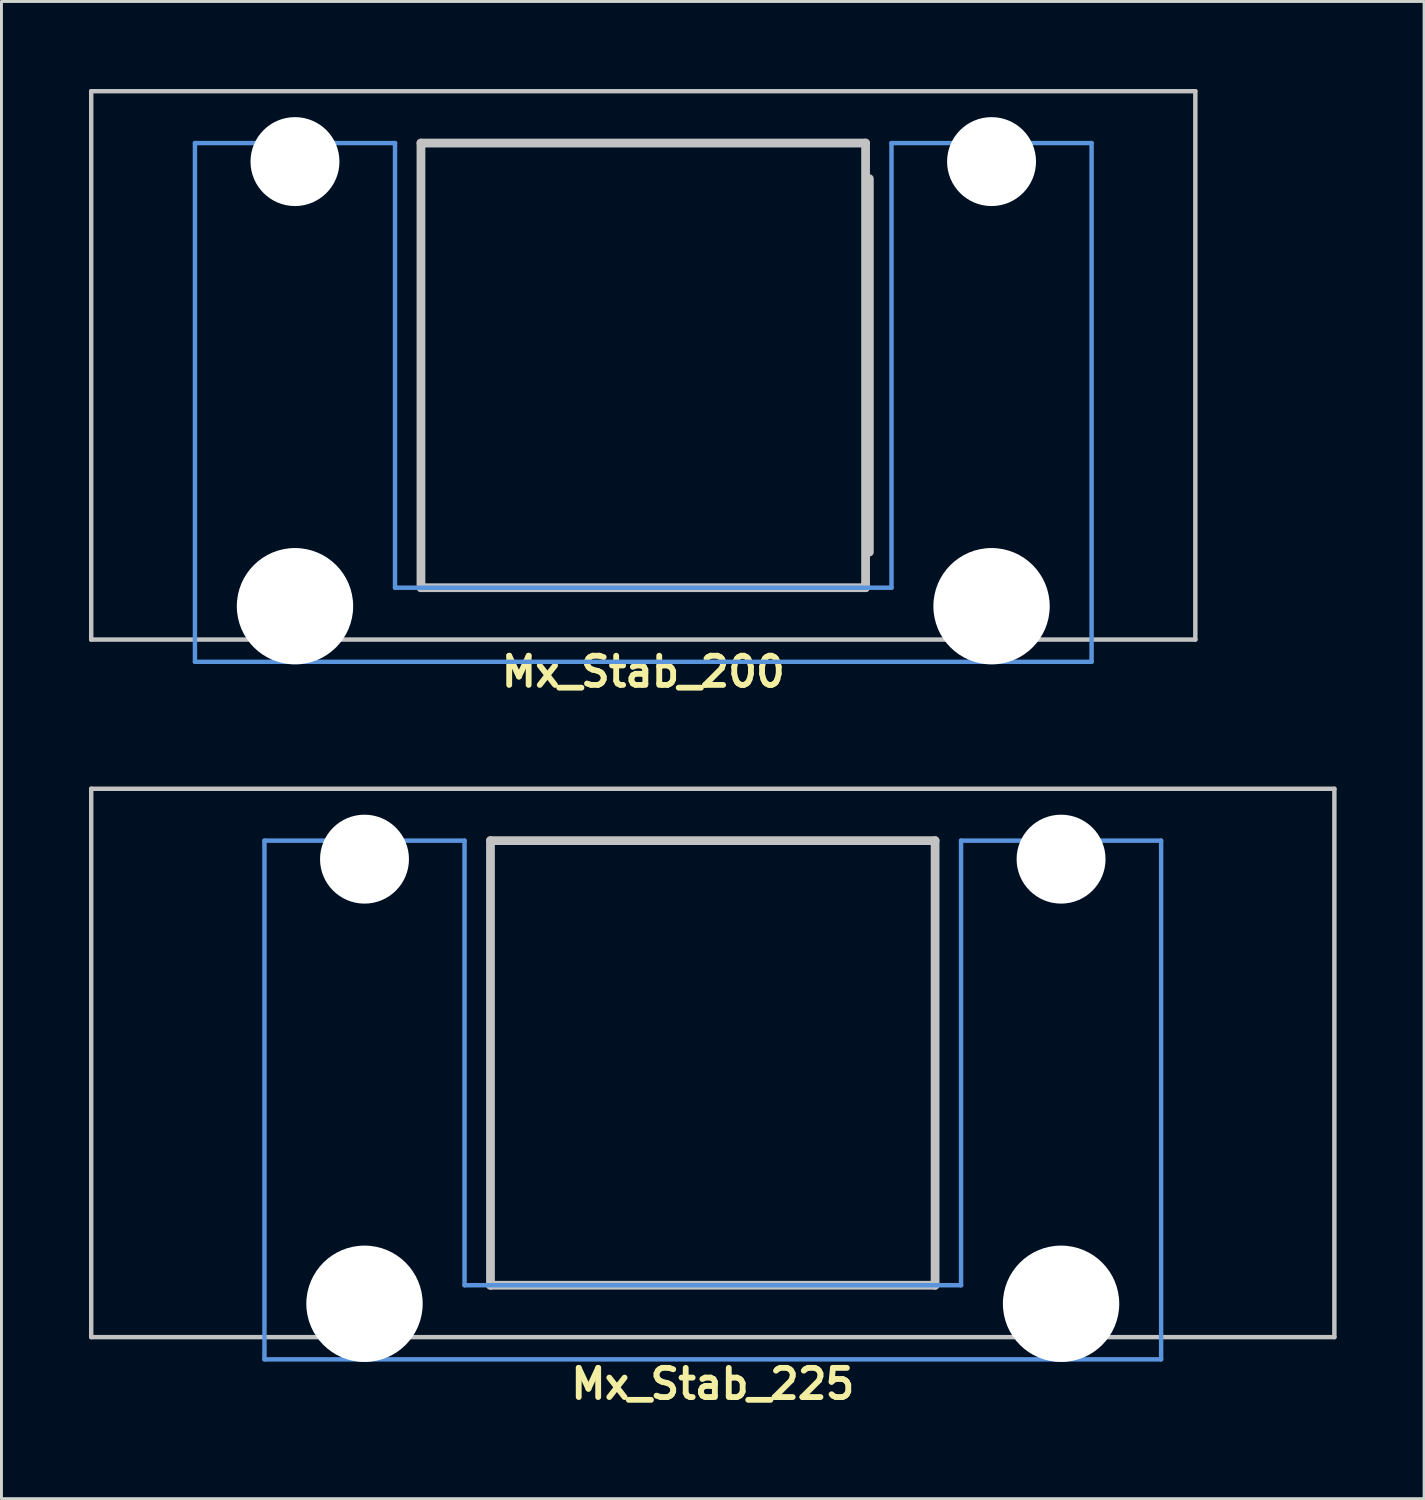
<source format=kicad_pcb>
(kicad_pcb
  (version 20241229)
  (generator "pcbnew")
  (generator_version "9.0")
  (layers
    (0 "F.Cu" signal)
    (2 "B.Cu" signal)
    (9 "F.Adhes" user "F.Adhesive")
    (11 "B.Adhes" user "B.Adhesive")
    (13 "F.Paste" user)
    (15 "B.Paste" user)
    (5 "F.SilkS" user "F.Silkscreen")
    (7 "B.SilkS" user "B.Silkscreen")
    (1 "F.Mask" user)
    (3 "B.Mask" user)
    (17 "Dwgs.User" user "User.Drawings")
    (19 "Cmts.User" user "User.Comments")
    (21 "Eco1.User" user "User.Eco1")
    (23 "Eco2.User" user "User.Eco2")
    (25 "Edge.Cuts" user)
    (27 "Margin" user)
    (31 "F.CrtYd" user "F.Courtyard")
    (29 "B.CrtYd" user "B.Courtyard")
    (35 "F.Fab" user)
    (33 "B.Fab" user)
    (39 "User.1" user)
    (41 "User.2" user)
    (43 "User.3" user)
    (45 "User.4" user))
  (footprint "Mx_Stab_200"
    (layer "F.Cu")
    (at 18.999 9.474)
    (property "Reference" "Mx_Stab_200" (at 0 10.5 0) (layer "F.SilkS") (effects (font (size 1 1) (thickness 0.2))))
    (attr through_hole)
    (fp_line (start -18.923 -9.398) (end 18.923 -9.398) (stroke (width 0.152) (type solid)) (layer "Dwgs.User"))
    (fp_line (start -18.923 9.398) (end -18.923 -9.398) (stroke (width 0.152) (type solid)) (layer "Dwgs.User"))
    (fp_line (start -7.62 -7.62) (end 7.62 -7.62) (stroke (width 0.3) (type solid)) (layer "Dwgs.User"))
    (fp_line (start -7.62 7.62) (end -7.62 -7.62) (stroke (width 0.3) (type solid)) (layer "Dwgs.User"))
    (fp_line (start 7.62 -7.62) (end 7.62 7.62) (stroke (width 0.3) (type solid)) (layer "Dwgs.User"))
    (fp_line (start 7.62 7.62) (end -7.62 7.62) (stroke (width 0.3) (type solid)) (layer "Dwgs.User"))
    (fp_line (start 7.75 6.4) (end 7.75 -6.4) (stroke (width 0.3) (type solid)) (layer "Dwgs.User"))
    (fp_line (start 18.923 -9.398) (end 18.923 9.398) (stroke (width 0.152) (type solid)) (layer "Dwgs.User"))
    (fp_line (start 18.923 9.398) (end -18.923 9.398) (stroke (width 0.152) (type solid)) (layer "Dwgs.User"))
    (fp_line (start -15.367 -7.62) (end -15.367 10.16) (stroke (width 0.152) (type solid)) (layer "Cmts.User"))
    (fp_line (start -15.367 10.16) (end 15.367 10.16) (stroke (width 0.152) (type solid)) (layer "Cmts.User"))
    (fp_line (start -8.509 -7.62) (end -15.367 -7.62) (stroke (width 0.152) (type solid)) (layer "Cmts.User"))
    (fp_line (start -8.509 7.62) (end -8.509 -7.62) (stroke (width 0.152) (type solid)) (layer "Cmts.User"))
    (fp_line (start 8.509 -7.62) (end 8.509 7.62) (stroke (width 0.152) (type solid)) (layer "Cmts.User"))
    (fp_line (start 8.509 7.62) (end -8.509 7.62) (stroke (width 0.152) (type solid)) (layer "Cmts.User"))
    (fp_line (start 15.367 -7.62) (end 8.509 -7.62) (stroke (width 0.152) (type solid)) (layer "Cmts.User"))
    (fp_line (start 15.367 10.16) (end 15.367 -7.62) (stroke (width 0.152) (type solid)) (layer "Cmts.User"))
    (fp_line (start -16.129 -2.286) (end -15.265 -2.286) (stroke (width 0.152) (type solid)) (layer "Eco2.User"))
    (fp_line (start -16.129 0.508) (end -16.129 -2.286) (stroke (width 0.152) (type solid)) (layer "Eco2.User"))
    (fp_line (start -15.265 -5.69) (end -8.611 -5.69) (stroke (width 0.152) (type solid)) (layer "Eco2.User"))
    (fp_line (start -15.265 -2.286) (end -15.265 -5.69) (stroke (width 0.152) (type solid)) (layer "Eco2.User"))
    (fp_line (start -15.265 0.508) (end -16.129 0.508) (stroke (width 0.152) (type solid)) (layer "Eco2.User"))
    (fp_line (start -15.265 6.604) (end -15.265 0.508) (stroke (width 0.152) (type solid)) (layer "Eco2.User"))
    (fp_line (start -14.224 6.604) (end -15.265 6.604) (stroke (width 0.152) (type solid)) (layer "Eco2.User"))
    (fp_line (start -14.224 7.772) (end -14.224 6.604) (stroke (width 0.152) (type solid)) (layer "Eco2.User"))
    (fp_line (start -9.652 6.604) (end -9.652 7.772) (stroke (width 0.152) (type solid)) (layer "Eco2.User"))
    (fp_line (start -9.652 7.772) (end -14.224 7.772) (stroke (width 0.152) (type solid)) (layer "Eco2.User"))
    (fp_line (start -8.611 -5.69) (end -8.611 -4.877) (stroke (width 0.152) (type solid)) (layer "Eco2.User"))
    (fp_line (start -8.611 -4.877) (end -6.985 -4.877) (stroke (width 0.152) (type solid)) (layer "Eco2.User"))
    (fp_line (start -8.611 5.817) (end -8.611 6.604) (stroke (width 0.152) (type solid)) (layer "Eco2.User"))
    (fp_line (start -8.611 6.604) (end -9.652 6.604) (stroke (width 0.152) (type solid)) (layer "Eco2.User"))
    (fp_line (start -6.985 -6.985) (end 6.985 -6.985) (stroke (width 0.152) (type solid)) (layer "Eco2.User"))
    (fp_line (start -6.985 -4.877) (end -6.985 -6.985) (stroke (width 0.152) (type solid)) (layer "Eco2.User"))
    (fp_line (start -6.985 5.817) (end -8.611 5.817) (stroke (width 0.152) (type solid)) (layer "Eco2.User"))
    (fp_line (start -6.985 6.985) (end -6.985 5.817) (stroke (width 0.152) (type solid)) (layer "Eco2.User"))
    (fp_line (start 6.985 -6.985) (end 6.985 -4.877) (stroke (width 0.152) (type solid)) (layer "Eco2.User"))
    (fp_line (start 6.985 -4.877) (end 8.611 -4.877) (stroke (width 0.152) (type solid)) (layer "Eco2.User"))
    (fp_line (start 6.985 5.817) (end 6.985 6.985) (stroke (width 0.152) (type solid)) (layer "Eco2.User"))
    (fp_line (start 6.985 6.985) (end -6.985 6.985) (stroke (width 0.152) (type solid)) (layer "Eco2.User"))
    (fp_line (start 8.611 -5.69) (end 15.265 -5.69) (stroke (width 0.152) (type solid)) (layer "Eco2.User"))
    (fp_line (start 8.611 -4.877) (end 8.611 -5.69) (stroke (width 0.152) (type solid)) (layer "Eco2.User"))
    (fp_line (start 8.611 5.817) (end 6.985 5.817) (stroke (width 0.152) (type solid)) (layer "Eco2.User"))
    (fp_line (start 8.611 6.604) (end 8.611 5.817) (stroke (width 0.152) (type solid)) (layer "Eco2.User"))
    (fp_line (start 9.652 6.604) (end 8.611 6.604) (stroke (width 0.152) (type solid)) (layer "Eco2.User"))
    (fp_line (start 9.652 7.772) (end 9.652 6.604) (stroke (width 0.152) (type solid)) (layer "Eco2.User"))
    (fp_line (start 14.224 6.604) (end 14.224 7.772) (stroke (width 0.152) (type solid)) (layer "Eco2.User"))
    (fp_line (start 14.224 7.772) (end 9.652 7.772) (stroke (width 0.152) (type solid)) (layer "Eco2.User"))
    (fp_line (start 15.265 -5.69) (end 15.265 -2.286) (stroke (width 0.152) (type solid)) (layer "Eco2.User"))
    (fp_line (start 15.265 -2.286) (end 16.129 -2.286) (stroke (width 0.152) (type solid)) (layer "Eco2.User"))
    (fp_line (start 15.265 0.508) (end 15.265 6.604) (stroke (width 0.152) (type solid)) (layer "Eco2.User"))
    (fp_line (start 15.265 6.604) (end 14.224 6.604) (stroke (width 0.152) (type solid)) (layer "Eco2.User"))
    (fp_line (start 16.129 -2.286) (end 16.129 0.508) (stroke (width 0.152) (type solid)) (layer "Eco2.User"))
    (fp_line (start 16.129 0.508) (end 15.265 0.508) (stroke (width 0.152) (type solid)) (layer "Eco2.User"))
    (pad "" np_thru_hole circle (at -11.938 -6.985) (size 3.048 3.048) (drill 3.048) (layers "*.Cu" "*.Mask"))
    (pad "" np_thru_hole circle (at -11.938 8.255) (size 3.988 3.988) (drill 3.988) (layers "*.Cu" "*.Mask"))
    (pad "" np_thru_hole circle (at 11.938 -6.985) (size 3.048 3.048) (drill 3.048) (layers "*.Cu" "*.Mask"))
    (pad "" np_thru_hole circle (at 11.938 8.255) (size 3.988 3.988) (drill 3.988) (layers "*.Cu" "*.Mask")))
  (footprint "Mx_Stab_225"
    (layer "F.Cu")
    (at 21.382 33.384)
    (property "Reference" "Mx_Stab_225" (at 0 11 0) (layer "F.SilkS") (effects (font (size 1 1) (thickness 0.2))))
    (attr through_hole)
    (fp_line (start -21.306 -9.398) (end 21.306 -9.398) (stroke (width 0.152) (type solid)) (layer "Dwgs.User"))
    (fp_line (start -21.306 9.398) (end -21.306 -9.398) (stroke (width 0.152) (type solid)) (layer "Dwgs.User"))
    (fp_line (start -7.62 -7.62) (end 7.62 -7.62) (stroke (width 0.3) (type solid)) (layer "Dwgs.User"))
    (fp_line (start -7.62 7.62) (end -7.62 -7.62) (stroke (width 0.3) (type solid)) (layer "Dwgs.User"))
    (fp_line (start 7.62 -7.62) (end 7.62 7.62) (stroke (width 0.3) (type solid)) (layer "Dwgs.User"))
    (fp_line (start 7.62 7.62) (end -7.62 7.62) (stroke (width 0.3) (type solid)) (layer "Dwgs.User"))
    (fp_line (start 21.306 -9.398) (end 21.306 9.398) (stroke (width 0.152) (type solid)) (layer "Dwgs.User"))
    (fp_line (start 21.306 9.398) (end -21.306 9.398) (stroke (width 0.152) (type solid)) (layer "Dwgs.User"))
    (fp_line (start -15.367 -7.62) (end -15.367 10.16) (stroke (width 0.152) (type solid)) (layer "Cmts.User"))
    (fp_line (start -15.367 10.16) (end 15.367 10.16) (stroke (width 0.152) (type solid)) (layer "Cmts.User"))
    (fp_line (start -8.509 -7.62) (end -15.367 -7.62) (stroke (width 0.152) (type solid)) (layer "Cmts.User"))
    (fp_line (start -8.509 7.62) (end -8.509 -7.62) (stroke (width 0.152) (type solid)) (layer "Cmts.User"))
    (fp_line (start 8.509 -7.62) (end 8.509 7.62) (stroke (width 0.152) (type solid)) (layer "Cmts.User"))
    (fp_line (start 8.509 7.62) (end -8.509 7.62) (stroke (width 0.152) (type solid)) (layer "Cmts.User"))
    (fp_line (start 15.367 -7.62) (end 8.509 -7.62) (stroke (width 0.152) (type solid)) (layer "Cmts.User"))
    (fp_line (start 15.367 10.16) (end 15.367 -7.62) (stroke (width 0.152) (type solid)) (layer "Cmts.User"))
    (fp_line (start -16.129 -2.286) (end -15.265 -2.286) (stroke (width 0.152) (type solid)) (layer "Eco2.User"))
    (fp_line (start -16.129 0.508) (end -16.129 -2.286) (stroke (width 0.152) (type solid)) (layer "Eco2.User"))
    (fp_line (start -15.265 -5.69) (end -8.611 -5.69) (stroke (width 0.152) (type solid)) (layer "Eco2.User"))
    (fp_line (start -15.265 -2.286) (end -15.265 -5.69) (stroke (width 0.152) (type solid)) (layer "Eco2.User"))
    (fp_line (start -15.265 0.508) (end -16.129 0.508) (stroke (width 0.152) (type solid)) (layer "Eco2.User"))
    (fp_line (start -15.265 6.604) (end -15.265 0.508) (stroke (width 0.152) (type solid)) (layer "Eco2.User"))
    (fp_line (start -14.224 6.604) (end -15.265 6.604) (stroke (width 0.152) (type solid)) (layer "Eco2.User"))
    (fp_line (start -14.224 7.772) (end -14.224 6.604) (stroke (width 0.152) (type solid)) (layer "Eco2.User"))
    (fp_line (start -9.652 6.604) (end -9.652 7.772) (stroke (width 0.152) (type solid)) (layer "Eco2.User"))
    (fp_line (start -9.652 7.772) (end -14.224 7.772) (stroke (width 0.152) (type solid)) (layer "Eco2.User"))
    (fp_line (start -8.611 -5.69) (end -8.611 -4.877) (stroke (width 0.152) (type solid)) (layer "Eco2.User"))
    (fp_line (start -8.611 -4.877) (end -6.985 -4.877) (stroke (width 0.152) (type solid)) (layer "Eco2.User"))
    (fp_line (start -8.611 5.817) (end -8.611 6.604) (stroke (width 0.152) (type solid)) (layer "Eco2.User"))
    (fp_line (start -8.611 6.604) (end -9.652 6.604) (stroke (width 0.152) (type solid)) (layer "Eco2.User"))
    (fp_line (start -6.985 -6.985) (end 6.985 -6.985) (stroke (width 0.152) (type solid)) (layer "Eco2.User"))
    (fp_line (start -6.985 -4.877) (end -6.985 -6.985) (stroke (width 0.152) (type solid)) (layer "Eco2.User"))
    (fp_line (start -6.985 5.817) (end -8.611 5.817) (stroke (width 0.152) (type solid)) (layer "Eco2.User"))
    (fp_line (start -6.985 6.985) (end -6.985 5.817) (stroke (width 0.152) (type solid)) (layer "Eco2.User"))
    (fp_line (start 6.985 -6.985) (end 6.985 -4.877) (stroke (width 0.152) (type solid)) (layer "Eco2.User"))
    (fp_line (start 6.985 -4.877) (end 8.611 -4.877) (stroke (width 0.152) (type solid)) (layer "Eco2.User"))
    (fp_line (start 6.985 5.817) (end 6.985 6.985) (stroke (width 0.152) (type solid)) (layer "Eco2.User"))
    (fp_line (start 6.985 6.985) (end -6.985 6.985) (stroke (width 0.152) (type solid)) (layer "Eco2.User"))
    (fp_line (start 8.611 -5.69) (end 15.265 -5.69) (stroke (width 0.152) (type solid)) (layer "Eco2.User"))
    (fp_line (start 8.611 -4.877) (end 8.611 -5.69) (stroke (width 0.152) (type solid)) (layer "Eco2.User"))
    (fp_line (start 8.611 5.817) (end 6.985 5.817) (stroke (width 0.152) (type solid)) (layer "Eco2.User"))
    (fp_line (start 8.611 6.604) (end 8.611 5.817) (stroke (width 0.152) (type solid)) (layer "Eco2.User"))
    (fp_line (start 9.652 6.604) (end 8.611 6.604) (stroke (width 0.152) (type solid)) (layer "Eco2.User"))
    (fp_line (start 9.652 7.772) (end 9.652 6.604) (stroke (width 0.152) (type solid)) (layer "Eco2.User"))
    (fp_line (start 14.224 6.604) (end 14.224 7.772) (stroke (width 0.152) (type solid)) (layer "Eco2.User"))
    (fp_line (start 14.224 7.772) (end 9.652 7.772) (stroke (width 0.152) (type solid)) (layer "Eco2.User"))
    (fp_line (start 15.265 -5.69) (end 15.265 -2.286) (stroke (width 0.152) (type solid)) (layer "Eco2.User"))
    (fp_line (start 15.265 -2.286) (end 16.129 -2.286) (stroke (width 0.152) (type solid)) (layer "Eco2.User"))
    (fp_line (start 15.265 0.508) (end 15.265 6.604) (stroke (width 0.152) (type solid)) (layer "Eco2.User"))
    (fp_line (start 15.265 6.604) (end 14.224 6.604) (stroke (width 0.152) (type solid)) (layer "Eco2.User"))
    (fp_line (start 16.129 -2.286) (end 16.129 0.508) (stroke (width 0.152) (type solid)) (layer "Eco2.User"))
    (fp_line (start 16.129 0.508) (end 15.265 0.508) (stroke (width 0.152) (type solid)) (layer "Eco2.User"))
    (pad "" np_thru_hole circle (at -11.938 -6.985) (size 3.048 3.048) (drill 3.048) (layers "*.Cu" "*.Mask"))
    (pad "" np_thru_hole circle (at -11.938 8.255) (size 3.988 3.988) (drill 3.988) (layers "*.Cu" "*.Mask"))
    (pad "" np_thru_hole circle (at 11.938 -6.985) (size 3.048 3.048) (drill 3.048) (layers "*.Cu" "*.Mask"))
    (pad "" np_thru_hole circle (at 11.938 8.255) (size 3.988 3.988) (drill 3.988) (layers "*.Cu" "*.Mask")))
  (gr_rect
    (start -3 -3)
    (end 45.763 48.32)
    (stroke (width 0.1) (type default))
    (fill no)
    (layer "Edge.Cuts")))
</source>
